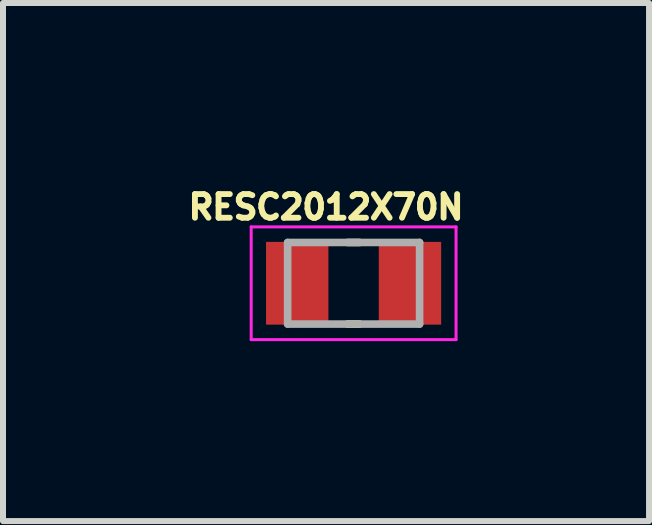
<source format=kicad_pcb>
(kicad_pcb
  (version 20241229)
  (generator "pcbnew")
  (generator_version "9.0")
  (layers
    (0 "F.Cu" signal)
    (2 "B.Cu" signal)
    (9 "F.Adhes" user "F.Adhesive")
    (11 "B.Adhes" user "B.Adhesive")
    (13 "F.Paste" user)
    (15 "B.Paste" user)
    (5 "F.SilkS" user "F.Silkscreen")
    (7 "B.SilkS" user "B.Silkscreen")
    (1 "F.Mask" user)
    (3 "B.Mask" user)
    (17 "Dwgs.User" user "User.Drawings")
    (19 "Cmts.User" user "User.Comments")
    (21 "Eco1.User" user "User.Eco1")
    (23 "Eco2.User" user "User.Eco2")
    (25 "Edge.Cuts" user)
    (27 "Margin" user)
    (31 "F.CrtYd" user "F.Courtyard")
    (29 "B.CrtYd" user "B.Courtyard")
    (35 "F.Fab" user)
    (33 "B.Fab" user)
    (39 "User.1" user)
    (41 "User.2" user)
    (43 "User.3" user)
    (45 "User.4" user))
  (footprint "RESC2012X70N"
    (layer "F.Cu")
    (at 2.846 1.673)
    (property "Reference" "RESC2012X70N" (at -0.46 -1.27 0) (layer "F.SilkS") (effects (font (size 0.394 0.394) (thickness 0.098))))
    (attr smd)
    (fp_line (start -0.1 -0.68) (end 0.1 -0.68) (stroke (width 0.127) (type solid)) (layer "F.SilkS"))
    (fp_line (start -0.1 0.68) (end 0.1 0.68) (stroke (width 0.127) (type solid)) (layer "F.SilkS"))
    (fp_line (start -1.708 -0.94) (end 1.708 -0.94) (stroke (width 0.05) (type solid)) (layer "F.CrtYd"))
    (fp_line (start -1.708 0.94) (end -1.708 -0.94) (stroke (width 0.05) (type solid)) (layer "F.CrtYd"))
    (fp_line (start -1.708 0.94) (end 1.708 0.94) (stroke (width 0.05) (type solid)) (layer "F.CrtYd"))
    (fp_line (start 1.708 0.94) (end 1.708 -0.94) (stroke (width 0.05) (type solid)) (layer "F.CrtYd"))
    (fp_line (start -1.1 0.68) (end -1.1 -0.68) (stroke (width 0.127) (type solid)) (layer "F.Fab"))
    (fp_line (start 1.1 -0.68) (end -1.1 -0.68) (stroke (width 0.127) (type solid)) (layer "F.Fab"))
    (fp_line (start 1.1 0.68) (end -1.1 0.68) (stroke (width 0.127) (type solid)) (layer "F.Fab"))
    (fp_line (start 1.1 0.68) (end 1.1 -0.68) (stroke (width 0.127) (type solid)) (layer "F.Fab"))
    (pad "1" smd rect (at -0.94 0) (size 1.04 1.38) (layers "F.Cu" "F.Mask" "F.Paste"))
    (pad "2" smd rect (at 0.94 0) (size 1.04 1.38) (layers "F.Cu" "F.Mask" "F.Paste")))
  (gr_rect
    (start -3 -3)
    (end 7.772 5.638)
    (stroke (width 0.1) (type default))
    (fill no)
    (layer "Edge.Cuts")))
</source>
